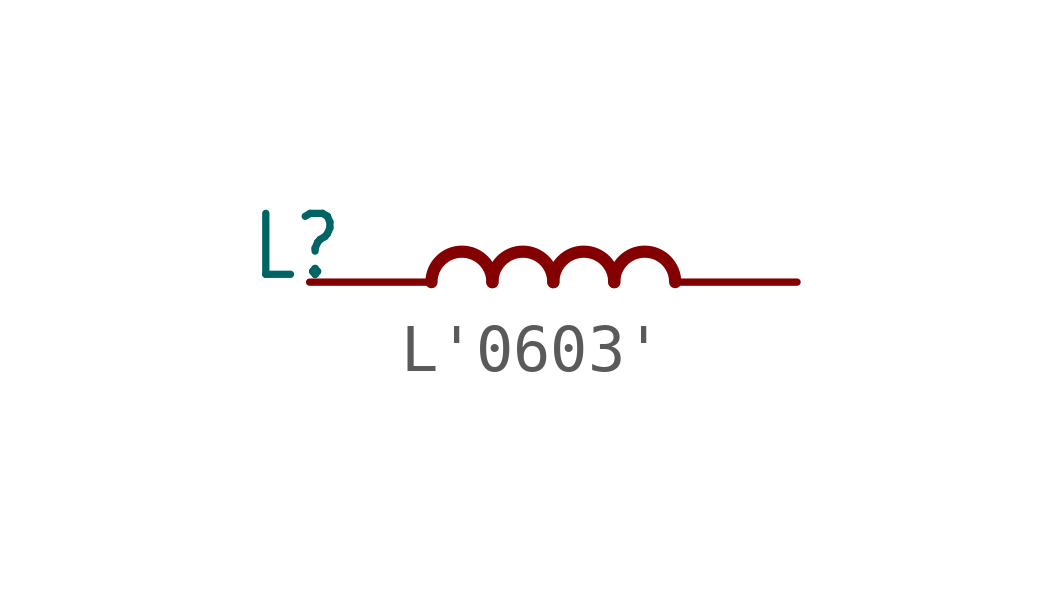
<source format=kicad_sym>
(kicad_symbol_lib
  (version 20241209)
  (generator "kicad_symbol_editor")
  (generator_version "9.0")
  (symbol "L'0603'"
    (property "Reference" "L"
      (at -6.35 0 0)
      (effects (font (size 1.27 1.079)) (justify left bottom)))
    (property "Value" ""
      (at 2.54 0 0)
      (effects (font (size 1.27 1.079)) (justify left bottom)))
    (property "ki_locked" ""
      (at 0 0 0)
      (effects (font (size 1.27 1.27))))
    (symbol "L'0603'_1_0"
      (arc (start -2.54 0) (mid -1.905 0.635) (end -1.27 0) (stroke (width 0.254) (type solid)) (fill (type none)))
      (arc (start -1.27 0) (mid -0.635 0.635) (end 0 0) (stroke (width 0.254) (type solid)) (fill (type none)))
      (arc (start 0 0) (mid 0.635 0.635) (end 1.27 0) (stroke (width 0.254) (type solid)) (fill (type none)))
      (arc (start 1.27 0) (mid 1.905 0.635) (end 2.54 0) (stroke (width 0.254) (type solid)) (fill (type none)))
      (pin passive line (at -5.08 0 0) (length 2.54) (name "1" (effects (font (size 0 0)))) (number "1" (effects (font (size 0 0)))))
      (pin passive line (at 5.08 0 180) (length 2.54) (name "2" (effects (font (size 0 0)))) (number "2" (effects (font (size 0 0))))))))
</source>
